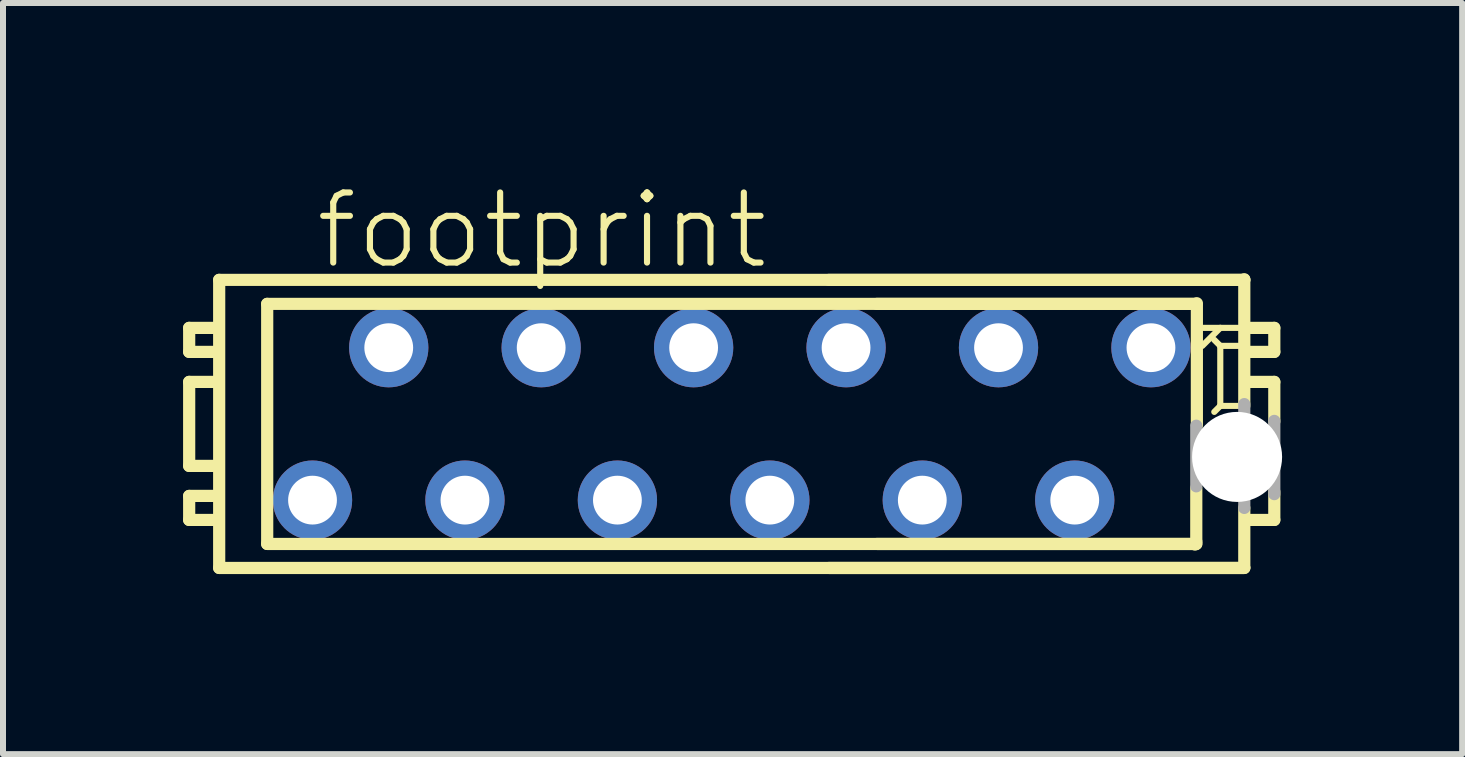
<source format=kicad_pcb>
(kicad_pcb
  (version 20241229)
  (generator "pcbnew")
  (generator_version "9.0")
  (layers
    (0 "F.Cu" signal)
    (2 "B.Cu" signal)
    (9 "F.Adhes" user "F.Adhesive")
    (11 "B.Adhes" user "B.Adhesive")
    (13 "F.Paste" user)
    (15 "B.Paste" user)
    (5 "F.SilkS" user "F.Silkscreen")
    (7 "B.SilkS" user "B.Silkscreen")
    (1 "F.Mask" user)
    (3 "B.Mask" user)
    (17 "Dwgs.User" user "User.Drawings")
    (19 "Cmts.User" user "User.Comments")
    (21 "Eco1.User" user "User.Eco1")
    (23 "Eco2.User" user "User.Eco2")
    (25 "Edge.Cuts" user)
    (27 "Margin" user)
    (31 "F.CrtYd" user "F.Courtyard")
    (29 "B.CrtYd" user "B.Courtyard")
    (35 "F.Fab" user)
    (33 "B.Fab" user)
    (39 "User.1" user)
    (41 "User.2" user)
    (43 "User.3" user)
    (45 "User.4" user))
  (footprint "footprint"
    (layer "F.Cu")
    (at 9.142 4.013)
    (property "Reference" "footprint" (at -6.985 -2.54 0) (layer "F.SilkS") (effects (font (size 1.168 1.168) (thickness 0.102)) (justify left bottom)))
    (fp_line (start -9.04 -1.6) (end -9.04 -1.2) (stroke (width 0.203) (type solid)) (layer "F.SilkS"))
    (fp_line (start -9.04 -1.2) (end -8.64 -1.2) (stroke (width 0.203) (type solid)) (layer "F.SilkS"))
    (fp_line (start -9.04 -0.7) (end -9.04 0.7) (stroke (width 0.203) (type solid)) (layer "F.SilkS"))
    (fp_line (start -9.04 0.7) (end -8.64 0.7) (stroke (width 0.203) (type solid)) (layer "F.SilkS"))
    (fp_line (start -9.04 1.2) (end -9.04 1.6) (stroke (width 0.203) (type solid)) (layer "F.SilkS"))
    (fp_line (start -9.04 1.6) (end -8.64 1.6) (stroke (width 0.203) (type solid)) (layer "F.SilkS"))
    (fp_line (start -8.64 -1.6) (end -9.04 -1.6) (stroke (width 0.203) (type solid)) (layer "F.SilkS"))
    (fp_line (start -8.64 -0.7) (end -9.04 -0.7) (stroke (width 0.203) (type solid)) (layer "F.SilkS"))
    (fp_line (start -8.64 1.2) (end -9.04 1.2) (stroke (width 0.203) (type solid)) (layer "F.SilkS"))
    (fp_line (start -8.54 -2.4) (end -8.54 2.4) (stroke (width 0.203) (type solid)) (layer "F.SilkS"))
    (fp_line (start -7.74 -2) (end -7.74 2) (stroke (width 0.203) (type solid)) (layer "F.SilkS"))
    (fp_line (start 7.72 2.01) (end 7.74 1.96) (stroke (width 0.203) (type solid)) (layer "F.SilkS"))
    (fp_line (start 7.74 -2) (end -7.74 -2) (stroke (width 0.203) (type solid)) (layer "F.SilkS"))
    (fp_line (start 7.74 -2) (end 2.42 -2) (stroke (width 0.203) (type solid)) (layer "F.SilkS"))
    (fp_line (start 7.74 1.96) (end 7.74 1.07) (stroke (width 0.203) (type solid)) (layer "F.SilkS"))
    (fp_line (start 7.74 2) (end -7.74 2) (stroke (width 0.203) (type solid)) (layer "F.SilkS"))
    (fp_line (start 7.74 2) (end 2.42 2) (stroke (width 0.203) (type solid)) (layer "F.SilkS"))
    (fp_line (start 7.75 -2.01) (end 7.75 0.02) (stroke (width 0.203) (type solid)) (layer "F.SilkS"))
    (fp_line (start 8.04 -1.4) (end 8.14 -1.3) (stroke (width 0.102) (type solid)) (layer "F.SilkS"))
    (fp_line (start 8.04 -0.2) (end 8.14 -0.3) (stroke (width 0.102) (type solid)) (layer "F.SilkS"))
    (fp_line (start 8.14 -1.6) (end 7.84 -1.6) (stroke (width 0.102) (type solid)) (layer "F.SilkS"))
    (fp_line (start 8.14 -1.6) (end 7.84 -1.3) (stroke (width 0.102) (type solid)) (layer "F.SilkS"))
    (fp_line (start 8.14 -1.3) (end 8.14 -0.3) (stroke (width 0.102) (type solid)) (layer "F.SilkS"))
    (fp_line (start 8.14 -0.3) (end 8.44 -0.3) (stroke (width 0.102) (type solid)) (layer "F.SilkS"))
    (fp_line (start 8.44 -1.6) (end 8.14 -1.6) (stroke (width 0.102) (type solid)) (layer "F.SilkS"))
    (fp_line (start 8.44 -1.3) (end 8.14 -1.3) (stroke (width 0.102) (type solid)) (layer "F.SilkS"))
    (fp_line (start 8.54 -2.41) (end 8.54 -0.3) (stroke (width 0.203) (type solid)) (layer "F.SilkS"))
    (fp_line (start 8.54 -2.4) (end -8.54 -2.4) (stroke (width 0.203) (type solid)) (layer "F.SilkS"))
    (fp_line (start 8.54 -2.4) (end 1.62 -2.4) (stroke (width 0.203) (type solid)) (layer "F.SilkS"))
    (fp_line (start 8.54 2.39) (end 8.54 1.4) (stroke (width 0.203) (type solid)) (layer "F.SilkS"))
    (fp_line (start 8.54 2.4) (end -8.54 2.4) (stroke (width 0.203) (type solid)) (layer "F.SilkS"))
    (fp_line (start 8.54 2.4) (end 1.62 2.4) (stroke (width 0.203) (type solid)) (layer "F.SilkS"))
    (fp_line (start 8.64 -1.2) (end 9.04 -1.2) (stroke (width 0.203) (type solid)) (layer "F.SilkS"))
    (fp_line (start 8.64 1.6) (end 9.04 1.6) (stroke (width 0.203) (type solid)) (layer "F.SilkS"))
    (fp_line (start 9.04 -1.6) (end 8.64 -1.6) (stroke (width 0.203) (type solid)) (layer "F.SilkS"))
    (fp_line (start 9.04 -1.2) (end 9.04 -1.6) (stroke (width 0.203) (type solid)) (layer "F.SilkS"))
    (fp_line (start 9.04 -0.7) (end 8.64 -0.7) (stroke (width 0.203) (type solid)) (layer "F.SilkS"))
    (fp_line (start 9.04 -0.04) (end 9.04 -0.7) (stroke (width 0.203) (type solid)) (layer "F.SilkS"))
    (fp_line (start 9.04 1.6) (end 9.04 1.13) (stroke (width 0.203) (type solid)) (layer "F.SilkS"))
    (fp_line (start 7.74 0.03) (end 7.74 1.04) (stroke (width 0.203) (type solid)) (layer "F.Fab"))
    (fp_line (start 8.54 1.4) (end 8.54 -0.33) (stroke (width 0.203) (type solid)) (layer "F.Fab"))
    (fp_line (start 9.04 -0.05) (end 9.04 1.17) (stroke (width 0.203) (type solid)) (layer "F.Fab"))
    (pad "" np_thru_hole circle (at 8.42 0.55) (size 1.5 1.5) (drill 1.5) (layers "*.Cu" "*.Mask"))
    (pad "1" thru_hole circle (at 6.985 -1.27) (size 1.321 1.321) (drill 0.813) (layers "*.Cu" "*.Mask"))
    (pad "2" thru_hole circle (at 5.715 1.27) (size 1.321 1.321) (drill 0.813) (layers "*.Cu" "*.Mask"))
    (pad "3" thru_hole circle (at 4.445 -1.27) (size 1.321 1.321) (drill 0.813) (layers "*.Cu" "*.Mask"))
    (pad "4" thru_hole circle (at 3.175 1.27) (size 1.321 1.321) (drill 0.813) (layers "*.Cu" "*.Mask"))
    (pad "5" thru_hole circle (at 1.905 -1.27) (size 1.321 1.321) (drill 0.813) (layers "*.Cu" "*.Mask"))
    (pad "6" thru_hole circle (at 0.635 1.27) (size 1.321 1.321) (drill 0.813) (layers "*.Cu" "*.Mask"))
    (pad "7" thru_hole circle (at -0.635 -1.27) (size 1.321 1.321) (drill 0.813) (layers "*.Cu" "*.Mask"))
    (pad "8" thru_hole circle (at -1.905 1.27) (size 1.321 1.321) (drill 0.813) (layers "*.Cu" "*.Mask"))
    (pad "9" thru_hole circle (at -3.175 -1.27) (size 1.321 1.321) (drill 0.813) (layers "*.Cu" "*.Mask"))
    (pad "10" thru_hole circle (at -4.445 1.27) (size 1.321 1.321) (drill 0.813) (layers "*.Cu" "*.Mask"))
    (pad "11" thru_hole circle (at -5.715 -1.27) (size 1.321 1.321) (drill 0.813) (layers "*.Cu" "*.Mask"))
    (pad "12" thru_hole circle (at -6.985 1.27) (size 1.321 1.321) (drill 0.813) (layers "*.Cu" "*.Mask")))
  (gr_rect
    (start -3 -3)
    (end 21.312 9.515)
    (stroke (width 0.1) (type default))
    (fill no)
    (layer "Edge.Cuts")))
</source>
